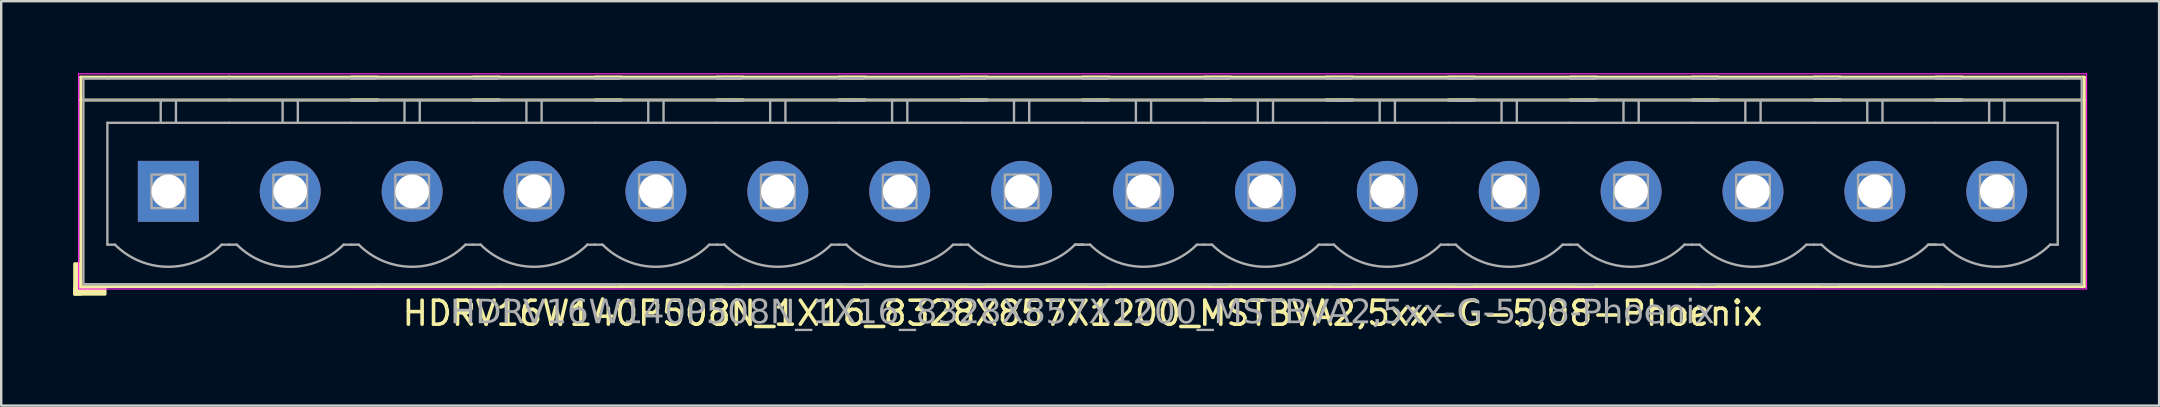
<source format=kicad_pcb>
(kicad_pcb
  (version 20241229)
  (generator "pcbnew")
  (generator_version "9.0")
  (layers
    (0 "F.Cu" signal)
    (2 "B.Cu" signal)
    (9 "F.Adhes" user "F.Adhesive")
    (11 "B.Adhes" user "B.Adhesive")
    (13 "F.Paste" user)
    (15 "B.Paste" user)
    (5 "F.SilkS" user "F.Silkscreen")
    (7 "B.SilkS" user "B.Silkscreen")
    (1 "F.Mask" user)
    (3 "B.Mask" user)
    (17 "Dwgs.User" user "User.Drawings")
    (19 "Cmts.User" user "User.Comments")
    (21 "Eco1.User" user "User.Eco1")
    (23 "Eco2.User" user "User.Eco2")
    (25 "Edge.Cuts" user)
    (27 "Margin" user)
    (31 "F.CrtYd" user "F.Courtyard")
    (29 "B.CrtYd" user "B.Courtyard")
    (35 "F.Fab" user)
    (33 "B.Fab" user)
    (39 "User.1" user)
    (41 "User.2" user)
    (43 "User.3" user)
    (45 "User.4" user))
  (footprint "HDRV16W140P508N_1X16_8328X857X1200_MSTBVA2,5xx-G-5,08-Phoenix"
    (layer "F.Cu")
    (at 42.065 4.925)
    (property "Reference" "HDRV16W140P508N_1X16_8328X857X1200_MSTBVA2,5xx-G-5,08-Phoenix" (at 0 5.08 0) (layer "F.SilkS") (effects (font (size 1 1) (thickness 0.15))))
    (attr through_hole)
    (fp_line (start -41.751 -4.763) (end -41.751 3.969) (stroke (width 0.12) (type solid)) (layer "F.SilkS"))
    (fp_line (start -41.751 -4.763) (end -35.56 -4.763) (stroke (width 0.12) (type solid)) (layer "F.SilkS"))
    (fp_line (start -41.751 -3.81) (end -35.56 -3.81) (stroke (width 0.12) (type solid)) (layer "F.SilkS"))
    (fp_line (start -41.751 3.969) (end -35.56 3.969) (stroke (width 0.12) (type solid)) (layer "F.SilkS"))
    (fp_line (start -29.369 -4.763) (end -35.56 -4.763) (stroke (width 0.12) (type solid)) (layer "F.SilkS"))
    (fp_line (start -29.369 -3.81) (end -35.56 -3.81) (stroke (width 0.12) (type solid)) (layer "F.SilkS"))
    (fp_line (start -29.369 3.969) (end -35.56 3.969) (stroke (width 0.12) (type solid)) (layer "F.SilkS"))
    (fp_line (start -24.289 -4.763) (end -30.48 -4.763) (stroke (width 0.12) (type solid)) (layer "F.SilkS"))
    (fp_line (start -24.289 -3.81) (end -30.48 -3.81) (stroke (width 0.12) (type solid)) (layer "F.SilkS"))
    (fp_line (start -24.289 3.969) (end -30.48 3.969) (stroke (width 0.12) (type solid)) (layer "F.SilkS"))
    (fp_line (start -19.209 -4.763) (end -25.4 -4.763) (stroke (width 0.12) (type solid)) (layer "F.SilkS"))
    (fp_line (start -19.209 -3.81) (end -25.4 -3.81) (stroke (width 0.12) (type solid)) (layer "F.SilkS"))
    (fp_line (start -19.209 3.969) (end -25.4 3.969) (stroke (width 0.12) (type solid)) (layer "F.SilkS"))
    (fp_line (start -14.129 -4.763) (end -20.32 -4.763) (stroke (width 0.12) (type solid)) (layer "F.SilkS"))
    (fp_line (start -14.129 -3.81) (end -20.32 -3.81) (stroke (width 0.12) (type solid)) (layer "F.SilkS"))
    (fp_line (start -14.129 3.969) (end -20.32 3.969) (stroke (width 0.12) (type solid)) (layer "F.SilkS"))
    (fp_line (start -9.049 -4.763) (end -15.24 -4.763) (stroke (width 0.12) (type solid)) (layer "F.SilkS"))
    (fp_line (start -9.049 -3.81) (end -15.24 -3.81) (stroke (width 0.12) (type solid)) (layer "F.SilkS"))
    (fp_line (start -9.049 3.969) (end -15.24 3.969) (stroke (width 0.12) (type solid)) (layer "F.SilkS"))
    (fp_line (start -3.969 -4.763) (end -10.16 -4.763) (stroke (width 0.12) (type solid)) (layer "F.SilkS"))
    (fp_line (start -3.969 -3.81) (end -10.16 -3.81) (stroke (width 0.12) (type solid)) (layer "F.SilkS"))
    (fp_line (start -3.969 3.969) (end -10.16 3.969) (stroke (width 0.12) (type solid)) (layer "F.SilkS"))
    (fp_line (start 1.111 -4.763) (end -5.08 -4.763) (stroke (width 0.12) (type solid)) (layer "F.SilkS"))
    (fp_line (start 1.111 -3.81) (end -5.08 -3.81) (stroke (width 0.12) (type solid)) (layer "F.SilkS"))
    (fp_line (start 1.111 3.969) (end -5.08 3.969) (stroke (width 0.12) (type solid)) (layer "F.SilkS"))
    (fp_line (start 6.191 -4.763) (end 0 -4.763) (stroke (width 0.12) (type solid)) (layer "F.SilkS"))
    (fp_line (start 6.191 -3.81) (end 0 -3.81) (stroke (width 0.12) (type solid)) (layer "F.SilkS"))
    (fp_line (start 6.191 3.969) (end 0 3.969) (stroke (width 0.12) (type solid)) (layer "F.SilkS"))
    (fp_line (start 11.271 -4.763) (end 5.08 -4.763) (stroke (width 0.12) (type solid)) (layer "F.SilkS"))
    (fp_line (start 11.271 -3.81) (end 5.08 -3.81) (stroke (width 0.12) (type solid)) (layer "F.SilkS"))
    (fp_line (start 11.271 3.969) (end 5.08 3.969) (stroke (width 0.12) (type solid)) (layer "F.SilkS"))
    (fp_line (start 16.351 -4.763) (end 10.16 -4.763) (stroke (width 0.12) (type solid)) (layer "F.SilkS"))
    (fp_line (start 16.351 -3.81) (end 10.16 -3.81) (stroke (width 0.12) (type solid)) (layer "F.SilkS"))
    (fp_line (start 16.351 3.969) (end 10.16 3.969) (stroke (width 0.12) (type solid)) (layer "F.SilkS"))
    (fp_line (start 21.431 -4.763) (end 15.24 -4.763) (stroke (width 0.12) (type solid)) (layer "F.SilkS"))
    (fp_line (start 21.431 -3.81) (end 15.24 -3.81) (stroke (width 0.12) (type solid)) (layer "F.SilkS"))
    (fp_line (start 21.431 3.969) (end 15.24 3.969) (stroke (width 0.12) (type solid)) (layer "F.SilkS"))
    (fp_line (start 26.511 -4.763) (end 20.32 -4.763) (stroke (width 0.12) (type solid)) (layer "F.SilkS"))
    (fp_line (start 26.511 -3.81) (end 20.32 -3.81) (stroke (width 0.12) (type solid)) (layer "F.SilkS"))
    (fp_line (start 26.511 3.969) (end 20.32 3.969) (stroke (width 0.12) (type solid)) (layer "F.SilkS"))
    (fp_line (start 31.591 -4.763) (end 25.4 -4.763) (stroke (width 0.12) (type solid)) (layer "F.SilkS"))
    (fp_line (start 31.591 -3.81) (end 25.4 -3.81) (stroke (width 0.12) (type solid)) (layer "F.SilkS"))
    (fp_line (start 31.591 3.969) (end 25.4 3.969) (stroke (width 0.12) (type solid)) (layer "F.SilkS"))
    (fp_line (start 36.671 -4.763) (end 30.48 -4.763) (stroke (width 0.12) (type solid)) (layer "F.SilkS"))
    (fp_line (start 36.671 -3.81) (end 30.48 -3.81) (stroke (width 0.12) (type solid)) (layer "F.SilkS"))
    (fp_line (start 36.671 3.969) (end 30.48 3.969) (stroke (width 0.12) (type solid)) (layer "F.SilkS"))
    (fp_line (start 41.751 -4.763) (end 35.56 -4.763) (stroke (width 0.12) (type solid)) (layer "F.SilkS"))
    (fp_line (start 41.751 -4.763) (end 41.751 3.969) (stroke (width 0.12) (type solid)) (layer "F.SilkS"))
    (fp_line (start 41.751 -3.81) (end 35.56 -3.81) (stroke (width 0.12) (type solid)) (layer "F.SilkS"))
    (fp_line (start 41.751 3.969) (end 35.56 3.969) (stroke (width 0.12) (type solid)) (layer "F.SilkS"))
    (fp_rect (start -41.751 3.016) (end -42.005 4.286) (stroke (width 0.12) (type solid)) (fill yes) (layer "F.SilkS"))
    (fp_rect (start -40.735 4.286) (end -42.005 4.032) (stroke (width 0.12) (type solid)) (fill yes) (layer "F.SilkS"))
    (fp_rect (start -41.84 -4.9) (end 41.84 4.07) (stroke (width 0.05) (type default)) (fill no) (layer "F.CrtYd"))
    (fp_line (start -41.64 -4.7) (end -41.64 3.87) (stroke (width 0.1) (type solid)) (layer "F.Fab"))
    (fp_line (start -41.64 -3.8) (end -40.64 -3.8) (stroke (width 0.1) (type solid)) (layer "F.Fab"))
    (fp_line (start -40.64 -4.7) (end -41.64 -4.7) (stroke (width 0.1) (type solid)) (layer "F.Fab"))
    (fp_line (start -40.64 -4.7) (end -35.56 -4.7) (stroke (width 0.1) (type solid)) (layer "F.Fab"))
    (fp_line (start -40.64 -2.858) (end -35.56 -2.858) (stroke (width 0.1) (type default)) (layer "F.Fab"))
    (fp_line (start -40.64 2.222) (end -40.64 -2.858) (stroke (width 0.1) (type default)) (layer "F.Fab"))
    (fp_line (start -40.64 3.87) (end -41.64 3.87) (stroke (width 0.1) (type solid)) (layer "F.Fab"))
    (fp_line (start -40.64 3.87) (end -35.56 3.87) (stroke (width 0.1) (type solid)) (layer "F.Fab"))
    (fp_line (start -40.322 2.222) (end -40.64 2.222) (stroke (width 0.1) (type default)) (layer "F.Fab"))
    (fp_line (start -38.417 -3.8) (end -38.417 -2.858) (stroke (width 0.1) (type default)) (layer "F.Fab"))
    (fp_line (start -37.782 -3.8) (end -37.782 -2.858) (stroke (width 0.1) (type default)) (layer "F.Fab"))
    (fp_line (start -35.56 -4.7) (end -30.163 -4.7) (stroke (width 0.1) (type solid)) (layer "F.Fab"))
    (fp_line (start -35.56 -3.8) (end -40.64 -3.8) (stroke (width 0.1) (type solid)) (layer "F.Fab"))
    (fp_line (start -35.56 -2.858) (end -30.48 -2.858) (stroke (width 0.1) (type default)) (layer "F.Fab"))
    (fp_line (start -35.56 2.222) (end -35.877 2.222) (stroke (width 0.1) (type default)) (layer "F.Fab"))
    (fp_line (start -35.56 3.87) (end -30.163 3.87) (stroke (width 0.1) (type solid)) (layer "F.Fab"))
    (fp_line (start -35.242 2.222) (end -35.56 2.222) (stroke (width 0.1) (type default)) (layer "F.Fab"))
    (fp_line (start -33.337 -3.8) (end -33.337 -2.858) (stroke (width 0.1) (type default)) (layer "F.Fab"))
    (fp_line (start -32.703 -3.8) (end -32.703 -2.858) (stroke (width 0.1) (type default)) (layer "F.Fab"))
    (fp_line (start -30.48 -4.7) (end -25.082 -4.7) (stroke (width 0.1) (type solid)) (layer "F.Fab"))
    (fp_line (start -30.48 -2.858) (end -25.4 -2.858) (stroke (width 0.1) (type default)) (layer "F.Fab"))
    (fp_line (start -30.48 2.222) (end -30.797 2.222) (stroke (width 0.1) (type default)) (layer "F.Fab"))
    (fp_line (start -30.48 3.87) (end -25.082 3.87) (stroke (width 0.1) (type solid)) (layer "F.Fab"))
    (fp_line (start -30.163 -4.7) (end -29.48 -4.7) (stroke (width 0.1) (type solid)) (layer "F.Fab"))
    (fp_line (start -30.163 -3.8) (end -35.56 -3.8) (stroke (width 0.1) (type solid)) (layer "F.Fab"))
    (fp_line (start -30.163 2.222) (end -30.48 2.222) (stroke (width 0.1) (type default)) (layer "F.Fab"))
    (fp_line (start -30.163 3.87) (end -29.48 3.87) (stroke (width 0.1) (type solid)) (layer "F.Fab"))
    (fp_line (start -29.48 -3.8) (end -30.163 -3.8) (stroke (width 0.1) (type solid)) (layer "F.Fab"))
    (fp_line (start -28.258 -3.8) (end -28.258 -2.858) (stroke (width 0.1) (type default)) (layer "F.Fab"))
    (fp_line (start -27.622 -3.8) (end -27.622 -2.858) (stroke (width 0.1) (type default)) (layer "F.Fab"))
    (fp_line (start -25.4 -4.7) (end -20.003 -4.7) (stroke (width 0.1) (type solid)) (layer "F.Fab"))
    (fp_line (start -25.4 -2.858) (end -20.32 -2.858) (stroke (width 0.1) (type default)) (layer "F.Fab"))
    (fp_line (start -25.4 2.222) (end -25.718 2.222) (stroke (width 0.1) (type default)) (layer "F.Fab"))
    (fp_line (start -25.4 3.87) (end -20.003 3.87) (stroke (width 0.1) (type solid)) (layer "F.Fab"))
    (fp_line (start -25.082 -4.7) (end -24.4 -4.7) (stroke (width 0.1) (type solid)) (layer "F.Fab"))
    (fp_line (start -25.082 -4.7) (end -24.4 -4.7) (stroke (width 0.1) (type solid)) (layer "F.Fab"))
    (fp_line (start -25.082 -3.8) (end -30.48 -3.8) (stroke (width 0.1) (type solid)) (layer "F.Fab"))
    (fp_line (start -25.082 2.222) (end -25.4 2.222) (stroke (width 0.1) (type default)) (layer "F.Fab"))
    (fp_line (start -25.082 3.87) (end -24.4 3.87) (stroke (width 0.1) (type solid)) (layer "F.Fab"))
    (fp_line (start -25.082 3.87) (end -24.4 3.87) (stroke (width 0.1) (type solid)) (layer "F.Fab"))
    (fp_line (start -24.4 -3.8) (end -25.082 -3.8) (stroke (width 0.1) (type solid)) (layer "F.Fab"))
    (fp_line (start -24.4 -3.8) (end -25.082 -3.8) (stroke (width 0.1) (type solid)) (layer "F.Fab"))
    (fp_line (start -23.177 -3.8) (end -23.177 -2.858) (stroke (width 0.1) (type default)) (layer "F.Fab"))
    (fp_line (start -22.543 -3.8) (end -22.543 -2.858) (stroke (width 0.1) (type default)) (layer "F.Fab"))
    (fp_line (start -20.32 -4.7) (end -14.922 -4.7) (stroke (width 0.1) (type solid)) (layer "F.Fab"))
    (fp_line (start -20.32 -2.858) (end -15.24 -2.858) (stroke (width 0.1) (type default)) (layer "F.Fab"))
    (fp_line (start -20.32 2.222) (end -20.637 2.222) (stroke (width 0.1) (type default)) (layer "F.Fab"))
    (fp_line (start -20.32 3.87) (end -14.922 3.87) (stroke (width 0.1) (type solid)) (layer "F.Fab"))
    (fp_line (start -20.003 -4.7) (end -19.32 -4.7) (stroke (width 0.1) (type solid)) (layer "F.Fab"))
    (fp_line (start -20.003 -4.7) (end -19.32 -4.7) (stroke (width 0.1) (type solid)) (layer "F.Fab"))
    (fp_line (start -20.003 -4.7) (end -19.32 -4.7) (stroke (width 0.1) (type solid)) (layer "F.Fab"))
    (fp_line (start -20.003 -3.8) (end -25.4 -3.8) (stroke (width 0.1) (type solid)) (layer "F.Fab"))
    (fp_line (start -20.003 2.222) (end -20.32 2.222) (stroke (width 0.1) (type default)) (layer "F.Fab"))
    (fp_line (start -20.003 3.87) (end -19.32 3.87) (stroke (width 0.1) (type solid)) (layer "F.Fab"))
    (fp_line (start -20.003 3.87) (end -19.32 3.87) (stroke (width 0.1) (type solid)) (layer "F.Fab"))
    (fp_line (start -20.003 3.87) (end -19.32 3.87) (stroke (width 0.1) (type solid)) (layer "F.Fab"))
    (fp_line (start -19.32 -3.8) (end -20.003 -3.8) (stroke (width 0.1) (type solid)) (layer "F.Fab"))
    (fp_line (start -19.32 -3.8) (end -20.003 -3.8) (stroke (width 0.1) (type solid)) (layer "F.Fab"))
    (fp_line (start -19.32 -3.8) (end -20.003 -3.8) (stroke (width 0.1) (type solid)) (layer "F.Fab"))
    (fp_line (start -18.098 -3.8) (end -18.098 -2.858) (stroke (width 0.1) (type default)) (layer "F.Fab"))
    (fp_line (start -17.462 -3.8) (end -17.462 -2.858) (stroke (width 0.1) (type default)) (layer "F.Fab"))
    (fp_line (start -15.24 -4.7) (end -9.842 -4.7) (stroke (width 0.1) (type solid)) (layer "F.Fab"))
    (fp_line (start -15.24 -2.858) (end -10.16 -2.858) (stroke (width 0.1) (type default)) (layer "F.Fab"))
    (fp_line (start -15.24 2.222) (end -15.557 2.222) (stroke (width 0.1) (type default)) (layer "F.Fab"))
    (fp_line (start -15.24 3.87) (end -9.842 3.87) (stroke (width 0.1) (type solid)) (layer "F.Fab"))
    (fp_line (start -14.922 -4.7) (end -14.24 -4.7) (stroke (width 0.1) (type solid)) (layer "F.Fab"))
    (fp_line (start -14.922 -4.7) (end -14.24 -4.7) (stroke (width 0.1) (type solid)) (layer "F.Fab"))
    (fp_line (start -14.922 -4.7) (end -14.24 -4.7) (stroke (width 0.1) (type solid)) (layer "F.Fab"))
    (fp_line (start -14.922 -4.7) (end -14.24 -4.7) (stroke (width 0.1) (type solid)) (layer "F.Fab"))
    (fp_line (start -14.922 -3.8) (end -20.32 -3.8) (stroke (width 0.1) (type solid)) (layer "F.Fab"))
    (fp_line (start -14.922 2.222) (end -15.24 2.222) (stroke (width 0.1) (type default)) (layer "F.Fab"))
    (fp_line (start -14.922 3.87) (end -14.24 3.87) (stroke (width 0.1) (type solid)) (layer "F.Fab"))
    (fp_line (start -14.922 3.87) (end -14.24 3.87) (stroke (width 0.1) (type solid)) (layer "F.Fab"))
    (fp_line (start -14.922 3.87) (end -14.24 3.87) (stroke (width 0.1) (type solid)) (layer "F.Fab"))
    (fp_line (start -14.922 3.87) (end -14.24 3.87) (stroke (width 0.1) (type solid)) (layer "F.Fab"))
    (fp_line (start -14.24 -3.8) (end -14.922 -3.8) (stroke (width 0.1) (type solid)) (layer "F.Fab"))
    (fp_line (start -14.24 -3.8) (end -14.922 -3.8) (stroke (width 0.1) (type solid)) (layer "F.Fab"))
    (fp_line (start -14.24 -3.8) (end -14.922 -3.8) (stroke (width 0.1) (type solid)) (layer "F.Fab"))
    (fp_line (start -14.24 -3.8) (end -14.922 -3.8) (stroke (width 0.1) (type solid)) (layer "F.Fab"))
    (fp_line (start -13.018 -3.8) (end -13.018 -2.858) (stroke (width 0.1) (type default)) (layer "F.Fab"))
    (fp_line (start -12.383 -3.8) (end -12.383 -2.858) (stroke (width 0.1) (type default)) (layer "F.Fab"))
    (fp_line (start -10.16 -4.7) (end -4.763 -4.7) (stroke (width 0.1) (type solid)) (layer "F.Fab"))
    (fp_line (start -10.16 -2.858) (end -5.08 -2.858) (stroke (width 0.1) (type default)) (layer "F.Fab"))
    (fp_line (start -10.16 2.222) (end -10.477 2.222) (stroke (width 0.1) (type default)) (layer "F.Fab"))
    (fp_line (start -10.16 3.87) (end -4.763 3.87) (stroke (width 0.1) (type solid)) (layer "F.Fab"))
    (fp_line (start -9.842 -4.7) (end -9.16 -4.7) (stroke (width 0.1) (type solid)) (layer "F.Fab"))
    (fp_line (start -9.842 -4.7) (end -9.16 -4.7) (stroke (width 0.1) (type solid)) (layer "F.Fab"))
    (fp_line (start -9.842 -4.7) (end -9.16 -4.7) (stroke (width 0.1) (type solid)) (layer "F.Fab"))
    (fp_line (start -9.842 -4.7) (end -9.16 -4.7) (stroke (width 0.1) (type solid)) (layer "F.Fab"))
    (fp_line (start -9.842 -4.7) (end -9.16 -4.7) (stroke (width 0.1) (type solid)) (layer "F.Fab"))
    (fp_line (start -9.842 -3.8) (end -15.24 -3.8) (stroke (width 0.1) (type solid)) (layer "F.Fab"))
    (fp_line (start -9.842 2.222) (end -10.16 2.222) (stroke (width 0.1) (type default)) (layer "F.Fab"))
    (fp_line (start -9.842 3.87) (end -9.16 3.87) (stroke (width 0.1) (type solid)) (layer "F.Fab"))
    (fp_line (start -9.842 3.87) (end -9.16 3.87) (stroke (width 0.1) (type solid)) (layer "F.Fab"))
    (fp_line (start -9.842 3.87) (end -9.16 3.87) (stroke (width 0.1) (type solid)) (layer "F.Fab"))
    (fp_line (start -9.842 3.87) (end -9.16 3.87) (stroke (width 0.1) (type solid)) (layer "F.Fab"))
    (fp_line (start -9.842 3.87) (end -9.16 3.87) (stroke (width 0.1) (type solid)) (layer "F.Fab"))
    (fp_line (start -9.16 -3.8) (end -9.842 -3.8) (stroke (width 0.1) (type solid)) (layer "F.Fab"))
    (fp_line (start -9.16 -3.8) (end -9.842 -3.8) (stroke (width 0.1) (type solid)) (layer "F.Fab"))
    (fp_line (start -9.16 -3.8) (end -9.842 -3.8) (stroke (width 0.1) (type solid)) (layer "F.Fab"))
    (fp_line (start -9.16 -3.8) (end -9.842 -3.8) (stroke (width 0.1) (type solid)) (layer "F.Fab"))
    (fp_line (start -9.16 -3.8) (end -9.842 -3.8) (stroke (width 0.1) (type solid)) (layer "F.Fab"))
    (fp_line (start -7.938 -3.8) (end -7.938 -2.858) (stroke (width 0.1) (type default)) (layer "F.Fab"))
    (fp_line (start -7.303 -3.8) (end -7.303 -2.858) (stroke (width 0.1) (type default)) (layer "F.Fab"))
    (fp_line (start -5.08 -4.7) (end 0.318 -4.7) (stroke (width 0.1) (type solid)) (layer "F.Fab"))
    (fp_line (start -5.08 -2.858) (end 0 -2.858) (stroke (width 0.1) (type default)) (layer "F.Fab"))
    (fp_line (start -5.08 2.222) (end -5.397 2.222) (stroke (width 0.1) (type default)) (layer "F.Fab"))
    (fp_line (start -5.08 3.87) (end 0.318 3.87) (stroke (width 0.1) (type solid)) (layer "F.Fab"))
    (fp_line (start -4.763 -4.7) (end -4.08 -4.7) (stroke (width 0.1) (type solid)) (layer "F.Fab"))
    (fp_line (start -4.763 -4.7) (end -4.08 -4.7) (stroke (width 0.1) (type solid)) (layer "F.Fab"))
    (fp_line (start -4.763 -4.7) (end -4.08 -4.7) (stroke (width 0.1) (type solid)) (layer "F.Fab"))
    (fp_line (start -4.763 -4.7) (end -4.08 -4.7) (stroke (width 0.1) (type solid)) (layer "F.Fab"))
    (fp_line (start -4.763 -4.7) (end -4.08 -4.7) (stroke (width 0.1) (type solid)) (layer "F.Fab"))
    (fp_line (start -4.763 -4.7) (end -4.08 -4.7) (stroke (width 0.1) (type solid)) (layer "F.Fab"))
    (fp_line (start -4.763 -3.8) (end -10.16 -3.8) (stroke (width 0.1) (type solid)) (layer "F.Fab"))
    (fp_line (start -4.763 2.222) (end -5.08 2.222) (stroke (width 0.1) (type default)) (layer "F.Fab"))
    (fp_line (start -4.763 3.87) (end -4.08 3.87) (stroke (width 0.1) (type solid)) (layer "F.Fab"))
    (fp_line (start -4.763 3.87) (end -4.08 3.87) (stroke (width 0.1) (type solid)) (layer "F.Fab"))
    (fp_line (start -4.763 3.87) (end -4.08 3.87) (stroke (width 0.1) (type solid)) (layer "F.Fab"))
    (fp_line (start -4.763 3.87) (end -4.08 3.87) (stroke (width 0.1) (type solid)) (layer "F.Fab"))
    (fp_line (start -4.763 3.87) (end -4.08 3.87) (stroke (width 0.1) (type solid)) (layer "F.Fab"))
    (fp_line (start -4.763 3.87) (end -4.08 3.87) (stroke (width 0.1) (type solid)) (layer "F.Fab"))
    (fp_line (start -4.08 -3.8) (end -4.763 -3.8) (stroke (width 0.1) (type solid)) (layer "F.Fab"))
    (fp_line (start -4.08 -3.8) (end -4.763 -3.8) (stroke (width 0.1) (type solid)) (layer "F.Fab"))
    (fp_line (start -4.08 -3.8) (end -4.763 -3.8) (stroke (width 0.1) (type solid)) (layer "F.Fab"))
    (fp_line (start -4.08 -3.8) (end -4.763 -3.8) (stroke (width 0.1) (type solid)) (layer "F.Fab"))
    (fp_line (start -4.08 -3.8) (end -4.763 -3.8) (stroke (width 0.1) (type solid)) (layer "F.Fab"))
    (fp_line (start -4.08 -3.8) (end -4.763 -3.8) (stroke (width 0.1) (type solid)) (layer "F.Fab"))
    (fp_line (start -2.857 -3.8) (end -2.857 -2.858) (stroke (width 0.1) (type default)) (layer "F.Fab"))
    (fp_line (start -2.223 -3.8) (end -2.223 -2.858) (stroke (width 0.1) (type default)) (layer "F.Fab"))
    (fp_line (start 0 -4.7) (end 5.397 -4.7) (stroke (width 0.1) (type solid)) (layer "F.Fab"))
    (fp_line (start 0 -2.858) (end 5.08 -2.858) (stroke (width 0.1) (type default)) (layer "F.Fab"))
    (fp_line (start 0 2.222) (end -0.318 2.222) (stroke (width 0.1) (type default)) (layer "F.Fab"))
    (fp_line (start 0 2.222) (end -0.318 2.222) (stroke (width 0.1) (type default)) (layer "F.Fab"))
    (fp_line (start 0 3.87) (end 5.397 3.87) (stroke (width 0.1) (type solid)) (layer "F.Fab"))
    (fp_line (start 0.318 -4.7) (end 1 -4.7) (stroke (width 0.1) (type solid)) (layer "F.Fab"))
    (fp_line (start 0.318 -4.7) (end 1 -4.7) (stroke (width 0.1) (type solid)) (layer "F.Fab"))
    (fp_line (start 0.318 -4.7) (end 1 -4.7) (stroke (width 0.1) (type solid)) (layer "F.Fab"))
    (fp_line (start 0.318 -4.7) (end 1 -4.7) (stroke (width 0.1) (type solid)) (layer "F.Fab"))
    (fp_line (start 0.318 -4.7) (end 1 -4.7) (stroke (width 0.1) (type solid)) (layer "F.Fab"))
    (fp_line (start 0.318 -4.7) (end 1 -4.7) (stroke (width 0.1) (type solid)) (layer "F.Fab"))
    (fp_line (start 0.318 -4.7) (end 1 -4.7) (stroke (width 0.1) (type solid)) (layer "F.Fab"))
    (fp_line (start 0.318 -3.8) (end -5.08 -3.8) (stroke (width 0.1) (type solid)) (layer "F.Fab"))
    (fp_line (start 0.318 2.222) (end 0 2.222) (stroke (width 0.1) (type default)) (layer "F.Fab"))
    (fp_line (start 0.318 3.87) (end 1 3.87) (stroke (width 0.1) (type solid)) (layer "F.Fab"))
    (fp_line (start 0.318 3.87) (end 1 3.87) (stroke (width 0.1) (type solid)) (layer "F.Fab"))
    (fp_line (start 0.318 3.87) (end 1 3.87) (stroke (width 0.1) (type solid)) (layer "F.Fab"))
    (fp_line (start 0.318 3.87) (end 1 3.87) (stroke (width 0.1) (type solid)) (layer "F.Fab"))
    (fp_line (start 0.318 3.87) (end 1 3.87) (stroke (width 0.1) (type solid)) (layer "F.Fab"))
    (fp_line (start 0.318 3.87) (end 1 3.87) (stroke (width 0.1) (type solid)) (layer "F.Fab"))
    (fp_line (start 0.318 3.87) (end 1 3.87) (stroke (width 0.1) (type solid)) (layer "F.Fab"))
    (fp_line (start 1 -3.8) (end 0.318 -3.8) (stroke (width 0.1) (type solid)) (layer "F.Fab"))
    (fp_line (start 1 -3.8) (end 0.318 -3.8) (stroke (width 0.1) (type solid)) (layer "F.Fab"))
    (fp_line (start 1 -3.8) (end 0.318 -3.8) (stroke (width 0.1) (type solid)) (layer "F.Fab"))
    (fp_line (start 1 -3.8) (end 0.318 -3.8) (stroke (width 0.1) (type solid)) (layer "F.Fab"))
    (fp_line (start 1 -3.8) (end 0.318 -3.8) (stroke (width 0.1) (type solid)) (layer "F.Fab"))
    (fp_line (start 1 -3.8) (end 0.318 -3.8) (stroke (width 0.1) (type solid)) (layer "F.Fab"))
    (fp_line (start 1 -3.8) (end 0.318 -3.8) (stroke (width 0.1) (type solid)) (layer "F.Fab"))
    (fp_line (start 2.223 -3.8) (end 2.223 -2.858) (stroke (width 0.1) (type default)) (layer "F.Fab"))
    (fp_line (start 2.857 -3.8) (end 2.857 -2.858) (stroke (width 0.1) (type default)) (layer "F.Fab"))
    (fp_line (start 5.08 -4.7) (end 10.477 -4.7) (stroke (width 0.1) (type solid)) (layer "F.Fab"))
    (fp_line (start 5.08 -2.858) (end 10.16 -2.858) (stroke (width 0.1) (type default)) (layer "F.Fab"))
    (fp_line (start 5.08 2.222) (end 4.763 2.222) (stroke (width 0.1) (type default)) (layer "F.Fab"))
    (fp_line (start 5.08 3.87) (end 10.477 3.87) (stroke (width 0.1) (type solid)) (layer "F.Fab"))
    (fp_line (start 5.397 -4.7) (end 6.08 -4.7) (stroke (width 0.1) (type solid)) (layer "F.Fab"))
    (fp_line (start 5.397 -4.7) (end 6.08 -4.7) (stroke (width 0.1) (type solid)) (layer "F.Fab"))
    (fp_line (start 5.397 -4.7) (end 6.08 -4.7) (stroke (width 0.1) (type solid)) (layer "F.Fab"))
    (fp_line (start 5.397 -4.7) (end 6.08 -4.7) (stroke (width 0.1) (type solid)) (layer "F.Fab"))
    (fp_line (start 5.397 -4.7) (end 6.08 -4.7) (stroke (width 0.1) (type solid)) (layer "F.Fab"))
    (fp_line (start 5.397 -4.7) (end 6.08 -4.7) (stroke (width 0.1) (type solid)) (layer "F.Fab"))
    (fp_line (start 5.397 -4.7) (end 6.08 -4.7) (stroke (width 0.1) (type solid)) (layer "F.Fab"))
    (fp_line (start 5.397 -4.7) (end 6.08 -4.7) (stroke (width 0.1) (type solid)) (layer "F.Fab"))
    (fp_line (start 5.397 -3.8) (end 0 -3.8) (stroke (width 0.1) (type solid)) (layer "F.Fab"))
    (fp_line (start 5.397 2.222) (end 5.08 2.222) (stroke (width 0.1) (type default)) (layer "F.Fab"))
    (fp_line (start 5.397 3.87) (end 6.08 3.87) (stroke (width 0.1) (type solid)) (layer "F.Fab"))
    (fp_line (start 5.397 3.87) (end 6.08 3.87) (stroke (width 0.1) (type solid)) (layer "F.Fab"))
    (fp_line (start 5.397 3.87) (end 6.08 3.87) (stroke (width 0.1) (type solid)) (layer "F.Fab"))
    (fp_line (start 5.397 3.87) (end 6.08 3.87) (stroke (width 0.1) (type solid)) (layer "F.Fab"))
    (fp_line (start 5.397 3.87) (end 6.08 3.87) (stroke (width 0.1) (type solid)) (layer "F.Fab"))
    (fp_line (start 5.397 3.87) (end 6.08 3.87) (stroke (width 0.1) (type solid)) (layer "F.Fab"))
    (fp_line (start 5.397 3.87) (end 6.08 3.87) (stroke (width 0.1) (type solid)) (layer "F.Fab"))
    (fp_line (start 5.397 3.87) (end 6.08 3.87) (stroke (width 0.1) (type solid)) (layer "F.Fab"))
    (fp_line (start 6.08 -3.8) (end 5.397 -3.8) (stroke (width 0.1) (type solid)) (layer "F.Fab"))
    (fp_line (start 6.08 -3.8) (end 5.397 -3.8) (stroke (width 0.1) (type solid)) (layer "F.Fab"))
    (fp_line (start 6.08 -3.8) (end 5.397 -3.8) (stroke (width 0.1) (type solid)) (layer "F.Fab"))
    (fp_line (start 6.08 -3.8) (end 5.397 -3.8) (stroke (width 0.1) (type solid)) (layer "F.Fab"))
    (fp_line (start 6.08 -3.8) (end 5.397 -3.8) (stroke (width 0.1) (type solid)) (layer "F.Fab"))
    (fp_line (start 6.08 -3.8) (end 5.397 -3.8) (stroke (width 0.1) (type solid)) (layer "F.Fab"))
    (fp_line (start 6.08 -3.8) (end 5.397 -3.8) (stroke (width 0.1) (type solid)) (layer "F.Fab"))
    (fp_line (start 6.08 -3.8) (end 5.397 -3.8) (stroke (width 0.1) (type solid)) (layer "F.Fab"))
    (fp_line (start 7.303 -3.8) (end 7.303 -2.858) (stroke (width 0.1) (type default)) (layer "F.Fab"))
    (fp_line (start 7.938 -3.8) (end 7.938 -2.858) (stroke (width 0.1) (type default)) (layer "F.Fab"))
    (fp_line (start 10.16 -4.7) (end 15.557 -4.7) (stroke (width 0.1) (type solid)) (layer "F.Fab"))
    (fp_line (start 10.16 -2.858) (end 15.24 -2.858) (stroke (width 0.1) (type default)) (layer "F.Fab"))
    (fp_line (start 10.16 2.222) (end 9.842 2.222) (stroke (width 0.1) (type default)) (layer "F.Fab"))
    (fp_line (start 10.16 3.87) (end 15.557 3.87) (stroke (width 0.1) (type solid)) (layer "F.Fab"))
    (fp_line (start 10.477 -4.7) (end 11.16 -4.7) (stroke (width 0.1) (type solid)) (layer "F.Fab"))
    (fp_line (start 10.477 -4.7) (end 11.16 -4.7) (stroke (width 0.1) (type solid)) (layer "F.Fab"))
    (fp_line (start 10.477 -4.7) (end 11.16 -4.7) (stroke (width 0.1) (type solid)) (layer "F.Fab"))
    (fp_line (start 10.477 -4.7) (end 11.16 -4.7) (stroke (width 0.1) (type solid)) (layer "F.Fab"))
    (fp_line (start 10.477 -4.7) (end 11.16 -4.7) (stroke (width 0.1) (type solid)) (layer "F.Fab"))
    (fp_line (start 10.477 -4.7) (end 11.16 -4.7) (stroke (width 0.1) (type solid)) (layer "F.Fab"))
    (fp_line (start 10.477 -4.7) (end 11.16 -4.7) (stroke (width 0.1) (type solid)) (layer "F.Fab"))
    (fp_line (start 10.477 -4.7) (end 11.16 -4.7) (stroke (width 0.1) (type solid)) (layer "F.Fab"))
    (fp_line (start 10.477 -4.7) (end 11.16 -4.7) (stroke (width 0.1) (type solid)) (layer "F.Fab"))
    (fp_line (start 10.477 -3.8) (end 5.08 -3.8) (stroke (width 0.1) (type solid)) (layer "F.Fab"))
    (fp_line (start 10.477 2.222) (end 10.16 2.222) (stroke (width 0.1) (type default)) (layer "F.Fab"))
    (fp_line (start 10.477 3.87) (end 11.16 3.87) (stroke (width 0.1) (type solid)) (layer "F.Fab"))
    (fp_line (start 10.477 3.87) (end 11.16 3.87) (stroke (width 0.1) (type solid)) (layer "F.Fab"))
    (fp_line (start 10.477 3.87) (end 11.16 3.87) (stroke (width 0.1) (type solid)) (layer "F.Fab"))
    (fp_line (start 10.477 3.87) (end 11.16 3.87) (stroke (width 0.1) (type solid)) (layer "F.Fab"))
    (fp_line (start 10.477 3.87) (end 11.16 3.87) (stroke (width 0.1) (type solid)) (layer "F.Fab"))
    (fp_line (start 10.477 3.87) (end 11.16 3.87) (stroke (width 0.1) (type solid)) (layer "F.Fab"))
    (fp_line (start 10.477 3.87) (end 11.16 3.87) (stroke (width 0.1) (type solid)) (layer "F.Fab"))
    (fp_line (start 10.477 3.87) (end 11.16 3.87) (stroke (width 0.1) (type solid)) (layer "F.Fab"))
    (fp_line (start 10.477 3.87) (end 11.16 3.87) (stroke (width 0.1) (type solid)) (layer "F.Fab"))
    (fp_line (start 11.16 -3.8) (end 10.477 -3.8) (stroke (width 0.1) (type solid)) (layer "F.Fab"))
    (fp_line (start 11.16 -3.8) (end 10.477 -3.8) (stroke (width 0.1) (type solid)) (layer "F.Fab"))
    (fp_line (start 11.16 -3.8) (end 10.477 -3.8) (stroke (width 0.1) (type solid)) (layer "F.Fab"))
    (fp_line (start 11.16 -3.8) (end 10.477 -3.8) (stroke (width 0.1) (type solid)) (layer "F.Fab"))
    (fp_line (start 11.16 -3.8) (end 10.477 -3.8) (stroke (width 0.1) (type solid)) (layer "F.Fab"))
    (fp_line (start 11.16 -3.8) (end 10.477 -3.8) (stroke (width 0.1) (type solid)) (layer "F.Fab"))
    (fp_line (start 11.16 -3.8) (end 10.477 -3.8) (stroke (width 0.1) (type solid)) (layer "F.Fab"))
    (fp_line (start 11.16 -3.8) (end 10.477 -3.8) (stroke (width 0.1) (type solid)) (layer "F.Fab"))
    (fp_line (start 11.16 -3.8) (end 10.477 -3.8) (stroke (width 0.1) (type solid)) (layer "F.Fab"))
    (fp_line (start 12.383 -3.8) (end 12.383 -2.858) (stroke (width 0.1) (type default)) (layer "F.Fab"))
    (fp_line (start 13.018 -3.8) (end 13.018 -2.858) (stroke (width 0.1) (type default)) (layer "F.Fab"))
    (fp_line (start 15.24 -4.7) (end 20.637 -4.7) (stroke (width 0.1) (type solid)) (layer "F.Fab"))
    (fp_line (start 15.24 -2.858) (end 20.32 -2.858) (stroke (width 0.1) (type default)) (layer "F.Fab"))
    (fp_line (start 15.24 2.222) (end 14.922 2.222) (stroke (width 0.1) (type default)) (layer "F.Fab"))
    (fp_line (start 15.24 3.87) (end 20.637 3.87) (stroke (width 0.1) (type solid)) (layer "F.Fab"))
    (fp_line (start 15.557 -4.7) (end 16.24 -4.7) (stroke (width 0.1) (type solid)) (layer "F.Fab"))
    (fp_line (start 15.557 -4.7) (end 16.24 -4.7) (stroke (width 0.1) (type solid)) (layer "F.Fab"))
    (fp_line (start 15.557 -4.7) (end 16.24 -4.7) (stroke (width 0.1) (type solid)) (layer "F.Fab"))
    (fp_line (start 15.557 -4.7) (end 16.24 -4.7) (stroke (width 0.1) (type solid)) (layer "F.Fab"))
    (fp_line (start 15.557 -4.7) (end 16.24 -4.7) (stroke (width 0.1) (type solid)) (layer "F.Fab"))
    (fp_line (start 15.557 -4.7) (end 16.24 -4.7) (stroke (width 0.1) (type solid)) (layer "F.Fab"))
    (fp_line (start 15.557 -4.7) (end 16.24 -4.7) (stroke (width 0.1) (type solid)) (layer "F.Fab"))
    (fp_line (start 15.557 -4.7) (end 16.24 -4.7) (stroke (width 0.1) (type solid)) (layer "F.Fab"))
    (fp_line (start 15.557 -4.7) (end 16.24 -4.7) (stroke (width 0.1) (type solid)) (layer "F.Fab"))
    (fp_line (start 15.557 -4.7) (end 16.24 -4.7) (stroke (width 0.1) (type solid)) (layer "F.Fab"))
    (fp_line (start 15.557 -3.8) (end 10.16 -3.8) (stroke (width 0.1) (type solid)) (layer "F.Fab"))
    (fp_line (start 15.557 2.222) (end 15.24 2.222) (stroke (width 0.1) (type default)) (layer "F.Fab"))
    (fp_line (start 15.557 3.87) (end 16.24 3.87) (stroke (width 0.1) (type solid)) (layer "F.Fab"))
    (fp_line (start 15.557 3.87) (end 16.24 3.87) (stroke (width 0.1) (type solid)) (layer "F.Fab"))
    (fp_line (start 15.557 3.87) (end 16.24 3.87) (stroke (width 0.1) (type solid)) (layer "F.Fab"))
    (fp_line (start 15.557 3.87) (end 16.24 3.87) (stroke (width 0.1) (type solid)) (layer "F.Fab"))
    (fp_line (start 15.557 3.87) (end 16.24 3.87) (stroke (width 0.1) (type solid)) (layer "F.Fab"))
    (fp_line (start 15.557 3.87) (end 16.24 3.87) (stroke (width 0.1) (type solid)) (layer "F.Fab"))
    (fp_line (start 15.557 3.87) (end 16.24 3.87) (stroke (width 0.1) (type solid)) (layer "F.Fab"))
    (fp_line (start 15.557 3.87) (end 16.24 3.87) (stroke (width 0.1) (type solid)) (layer "F.Fab"))
    (fp_line (start 15.557 3.87) (end 16.24 3.87) (stroke (width 0.1) (type solid)) (layer "F.Fab"))
    (fp_line (start 15.557 3.87) (end 16.24 3.87) (stroke (width 0.1) (type solid)) (layer "F.Fab"))
    (fp_line (start 16.24 -3.8) (end 15.557 -3.8) (stroke (width 0.1) (type solid)) (layer "F.Fab"))
    (fp_line (start 16.24 -3.8) (end 15.557 -3.8) (stroke (width 0.1) (type solid)) (layer "F.Fab"))
    (fp_line (start 16.24 -3.8) (end 15.557 -3.8) (stroke (width 0.1) (type solid)) (layer "F.Fab"))
    (fp_line (start 16.24 -3.8) (end 15.557 -3.8) (stroke (width 0.1) (type solid)) (layer "F.Fab"))
    (fp_line (start 16.24 -3.8) (end 15.557 -3.8) (stroke (width 0.1) (type solid)) (layer "F.Fab"))
    (fp_line (start 16.24 -3.8) (end 15.557 -3.8) (stroke (width 0.1) (type solid)) (layer "F.Fab"))
    (fp_line (start 16.24 -3.8) (end 15.557 -3.8) (stroke (width 0.1) (type solid)) (layer "F.Fab"))
    (fp_line (start 16.24 -3.8) (end 15.557 -3.8) (stroke (width 0.1) (type solid)) (layer "F.Fab"))
    (fp_line (start 16.24 -3.8) (end 15.557 -3.8) (stroke (width 0.1) (type solid)) (layer "F.Fab"))
    (fp_line (start 16.24 -3.8) (end 15.557 -3.8) (stroke (width 0.1) (type solid)) (layer "F.Fab"))
    (fp_line (start 17.462 -3.8) (end 17.462 -2.858) (stroke (width 0.1) (type default)) (layer "F.Fab"))
    (fp_line (start 18.098 -3.8) (end 18.098 -2.858) (stroke (width 0.1) (type default)) (layer "F.Fab"))
    (fp_line (start 20.32 -4.7) (end 25.718 -4.7) (stroke (width 0.1) (type solid)) (layer "F.Fab"))
    (fp_line (start 20.32 -2.858) (end 25.4 -2.858) (stroke (width 0.1) (type default)) (layer "F.Fab"))
    (fp_line (start 20.32 2.222) (end 20.003 2.222) (stroke (width 0.1) (type default)) (layer "F.Fab"))
    (fp_line (start 20.32 3.87) (end 25.718 3.87) (stroke (width 0.1) (type solid)) (layer "F.Fab"))
    (fp_line (start 20.637 -4.7) (end 21.32 -4.7) (stroke (width 0.1) (type solid)) (layer "F.Fab"))
    (fp_line (start 20.637 -4.7) (end 21.32 -4.7) (stroke (width 0.1) (type solid)) (layer "F.Fab"))
    (fp_line (start 20.637 -4.7) (end 21.32 -4.7) (stroke (width 0.1) (type solid)) (layer "F.Fab"))
    (fp_line (start 20.637 -4.7) (end 21.32 -4.7) (stroke (width 0.1) (type solid)) (layer "F.Fab"))
    (fp_line (start 20.637 -4.7) (end 21.32 -4.7) (stroke (width 0.1) (type solid)) (layer "F.Fab"))
    (fp_line (start 20.637 -4.7) (end 21.32 -4.7) (stroke (width 0.1) (type solid)) (layer "F.Fab"))
    (fp_line (start 20.637 -4.7) (end 21.32 -4.7) (stroke (width 0.1) (type solid)) (layer "F.Fab"))
    (fp_line (start 20.637 -4.7) (end 21.32 -4.7) (stroke (width 0.1) (type solid)) (layer "F.Fab"))
    (fp_line (start 20.637 -4.7) (end 21.32 -4.7) (stroke (width 0.1) (type solid)) (layer "F.Fab"))
    (fp_line (start 20.637 -4.7) (end 21.32 -4.7) (stroke (width 0.1) (type solid)) (layer "F.Fab"))
    (fp_line (start 20.637 -4.7) (end 21.32 -4.7) (stroke (width 0.1) (type solid)) (layer "F.Fab"))
    (fp_line (start 20.637 -3.8) (end 15.24 -3.8) (stroke (width 0.1) (type solid)) (layer "F.Fab"))
    (fp_line (start 20.637 2.222) (end 20.32 2.222) (stroke (width 0.1) (type default)) (layer "F.Fab"))
    (fp_line (start 20.637 3.87) (end 21.32 3.87) (stroke (width 0.1) (type solid)) (layer "F.Fab"))
    (fp_line (start 20.637 3.87) (end 21.32 3.87) (stroke (width 0.1) (type solid)) (layer "F.Fab"))
    (fp_line (start 20.637 3.87) (end 21.32 3.87) (stroke (width 0.1) (type solid)) (layer "F.Fab"))
    (fp_line (start 20.637 3.87) (end 21.32 3.87) (stroke (width 0.1) (type solid)) (layer "F.Fab"))
    (fp_line (start 20.637 3.87) (end 21.32 3.87) (stroke (width 0.1) (type solid)) (layer "F.Fab"))
    (fp_line (start 20.637 3.87) (end 21.32 3.87) (stroke (width 0.1) (type solid)) (layer "F.Fab"))
    (fp_line (start 20.637 3.87) (end 21.32 3.87) (stroke (width 0.1) (type solid)) (layer "F.Fab"))
    (fp_line (start 20.637 3.87) (end 21.32 3.87) (stroke (width 0.1) (type solid)) (layer "F.Fab"))
    (fp_line (start 20.637 3.87) (end 21.32 3.87) (stroke (width 0.1) (type solid)) (layer "F.Fab"))
    (fp_line (start 20.637 3.87) (end 21.32 3.87) (stroke (width 0.1) (type solid)) (layer "F.Fab"))
    (fp_line (start 20.637 3.87) (end 21.32 3.87) (stroke (width 0.1) (type solid)) (layer "F.Fab"))
    (fp_line (start 21.32 -3.8) (end 20.637 -3.8) (stroke (width 0.1) (type solid)) (layer "F.Fab"))
    (fp_line (start 21.32 -3.8) (end 20.637 -3.8) (stroke (width 0.1) (type solid)) (layer "F.Fab"))
    (fp_line (start 21.32 -3.8) (end 20.637 -3.8) (stroke (width 0.1) (type solid)) (layer "F.Fab"))
    (fp_line (start 21.32 -3.8) (end 20.637 -3.8) (stroke (width 0.1) (type solid)) (layer "F.Fab"))
    (fp_line (start 21.32 -3.8) (end 20.637 -3.8) (stroke (width 0.1) (type solid)) (layer "F.Fab"))
    (fp_line (start 21.32 -3.8) (end 20.637 -3.8) (stroke (width 0.1) (type solid)) (layer "F.Fab"))
    (fp_line (start 21.32 -3.8) (end 20.637 -3.8) (stroke (width 0.1) (type solid)) (layer "F.Fab"))
    (fp_line (start 21.32 -3.8) (end 20.637 -3.8) (stroke (width 0.1) (type solid)) (layer "F.Fab"))
    (fp_line (start 21.32 -3.8) (end 20.637 -3.8) (stroke (width 0.1) (type solid)) (layer "F.Fab"))
    (fp_line (start 21.32 -3.8) (end 20.637 -3.8) (stroke (width 0.1) (type solid)) (layer "F.Fab"))
    (fp_line (start 21.32 -3.8) (end 20.637 -3.8) (stroke (width 0.1) (type solid)) (layer "F.Fab"))
    (fp_line (start 22.543 -3.8) (end 22.543 -2.858) (stroke (width 0.1) (type default)) (layer "F.Fab"))
    (fp_line (start 23.177 -3.8) (end 23.177 -2.858) (stroke (width 0.1) (type default)) (layer "F.Fab"))
    (fp_line (start 25.4 -4.7) (end 30.797 -4.7) (stroke (width 0.1) (type solid)) (layer "F.Fab"))
    (fp_line (start 25.4 -2.858) (end 30.48 -2.858) (stroke (width 0.1) (type default)) (layer "F.Fab"))
    (fp_line (start 25.4 2.222) (end 25.082 2.222) (stroke (width 0.1) (type default)) (layer "F.Fab"))
    (fp_line (start 25.4 3.87) (end 30.797 3.87) (stroke (width 0.1) (type solid)) (layer "F.Fab"))
    (fp_line (start 25.718 -4.7) (end 26.4 -4.7) (stroke (width 0.1) (type solid)) (layer "F.Fab"))
    (fp_line (start 25.718 -4.7) (end 26.4 -4.7) (stroke (width 0.1) (type solid)) (layer "F.Fab"))
    (fp_line (start 25.718 -4.7) (end 26.4 -4.7) (stroke (width 0.1) (type solid)) (layer "F.Fab"))
    (fp_line (start 25.718 -4.7) (end 26.4 -4.7) (stroke (width 0.1) (type solid)) (layer "F.Fab"))
    (fp_line (start 25.718 -4.7) (end 26.4 -4.7) (stroke (width 0.1) (type solid)) (layer "F.Fab"))
    (fp_line (start 25.718 -4.7) (end 26.4 -4.7) (stroke (width 0.1) (type solid)) (layer "F.Fab"))
    (fp_line (start 25.718 -4.7) (end 26.4 -4.7) (stroke (width 0.1) (type solid)) (layer "F.Fab"))
    (fp_line (start 25.718 -4.7) (end 26.4 -4.7) (stroke (width 0.1) (type solid)) (layer "F.Fab"))
    (fp_line (start 25.718 -4.7) (end 26.4 -4.7) (stroke (width 0.1) (type solid)) (layer "F.Fab"))
    (fp_line (start 25.718 -4.7) (end 26.4 -4.7) (stroke (width 0.1) (type solid)) (layer "F.Fab"))
    (fp_line (start 25.718 -4.7) (end 26.4 -4.7) (stroke (width 0.1) (type solid)) (layer "F.Fab"))
    (fp_line (start 25.718 -4.7) (end 26.4 -4.7) (stroke (width 0.1) (type solid)) (layer "F.Fab"))
    (fp_line (start 25.718 -3.8) (end 20.32 -3.8) (stroke (width 0.1) (type solid)) (layer "F.Fab"))
    (fp_line (start 25.718 2.222) (end 25.4 2.222) (stroke (width 0.1) (type default)) (layer "F.Fab"))
    (fp_line (start 25.718 3.87) (end 26.4 3.87) (stroke (width 0.1) (type solid)) (layer "F.Fab"))
    (fp_line (start 25.718 3.87) (end 26.4 3.87) (stroke (width 0.1) (type solid)) (layer "F.Fab"))
    (fp_line (start 25.718 3.87) (end 26.4 3.87) (stroke (width 0.1) (type solid)) (layer "F.Fab"))
    (fp_line (start 25.718 3.87) (end 26.4 3.87) (stroke (width 0.1) (type solid)) (layer "F.Fab"))
    (fp_line (start 25.718 3.87) (end 26.4 3.87) (stroke (width 0.1) (type solid)) (layer "F.Fab"))
    (fp_line (start 25.718 3.87) (end 26.4 3.87) (stroke (width 0.1) (type solid)) (layer "F.Fab"))
    (fp_line (start 25.718 3.87) (end 26.4 3.87) (stroke (width 0.1) (type solid)) (layer "F.Fab"))
    (fp_line (start 25.718 3.87) (end 26.4 3.87) (stroke (width 0.1) (type solid)) (layer "F.Fab"))
    (fp_line (start 25.718 3.87) (end 26.4 3.87) (stroke (width 0.1) (type solid)) (layer "F.Fab"))
    (fp_line (start 25.718 3.87) (end 26.4 3.87) (stroke (width 0.1) (type solid)) (layer "F.Fab"))
    (fp_line (start 25.718 3.87) (end 26.4 3.87) (stroke (width 0.1) (type solid)) (layer "F.Fab"))
    (fp_line (start 25.718 3.87) (end 26.4 3.87) (stroke (width 0.1) (type solid)) (layer "F.Fab"))
    (fp_line (start 26.4 -3.8) (end 25.718 -3.8) (stroke (width 0.1) (type solid)) (layer "F.Fab"))
    (fp_line (start 26.4 -3.8) (end 25.718 -3.8) (stroke (width 0.1) (type solid)) (layer "F.Fab"))
    (fp_line (start 26.4 -3.8) (end 25.718 -3.8) (stroke (width 0.1) (type solid)) (layer "F.Fab"))
    (fp_line (start 26.4 -3.8) (end 25.718 -3.8) (stroke (width 0.1) (type solid)) (layer "F.Fab"))
    (fp_line (start 26.4 -3.8) (end 25.718 -3.8) (stroke (width 0.1) (type solid)) (layer "F.Fab"))
    (fp_line (start 26.4 -3.8) (end 25.718 -3.8) (stroke (width 0.1) (type solid)) (layer "F.Fab"))
    (fp_line (start 26.4 -3.8) (end 25.718 -3.8) (stroke (width 0.1) (type solid)) (layer "F.Fab"))
    (fp_line (start 26.4 -3.8) (end 25.718 -3.8) (stroke (width 0.1) (type solid)) (layer "F.Fab"))
    (fp_line (start 26.4 -3.8) (end 25.718 -3.8) (stroke (width 0.1) (type solid)) (layer "F.Fab"))
    (fp_line (start 26.4 -3.8) (end 25.718 -3.8) (stroke (width 0.1) (type solid)) (layer "F.Fab"))
    (fp_line (start 26.4 -3.8) (end 25.718 -3.8) (stroke (width 0.1) (type solid)) (layer "F.Fab"))
    (fp_line (start 26.4 -3.8) (end 25.718 -3.8) (stroke (width 0.1) (type solid)) (layer "F.Fab"))
    (fp_line (start 27.622 -3.8) (end 27.622 -2.858) (stroke (width 0.1) (type default)) (layer "F.Fab"))
    (fp_line (start 28.258 -3.8) (end 28.258 -2.858) (stroke (width 0.1) (type default)) (layer "F.Fab"))
    (fp_line (start 30.48 -4.7) (end 35.877 -4.7) (stroke (width 0.1) (type solid)) (layer "F.Fab"))
    (fp_line (start 30.48 -2.858) (end 35.56 -2.858) (stroke (width 0.1) (type default)) (layer "F.Fab"))
    (fp_line (start 30.48 2.222) (end 30.163 2.222) (stroke (width 0.1) (type default)) (layer "F.Fab"))
    (fp_line (start 30.48 3.87) (end 35.877 3.87) (stroke (width 0.1) (type solid)) (layer "F.Fab"))
    (fp_line (start 30.797 -4.7) (end 31.48 -4.7) (stroke (width 0.1) (type solid)) (layer "F.Fab"))
    (fp_line (start 30.797 -4.7) (end 31.48 -4.7) (stroke (width 0.1) (type solid)) (layer "F.Fab"))
    (fp_line (start 30.797 -4.7) (end 31.48 -4.7) (stroke (width 0.1) (type solid)) (layer "F.Fab"))
    (fp_line (start 30.797 -4.7) (end 31.48 -4.7) (stroke (width 0.1) (type solid)) (layer "F.Fab"))
    (fp_line (start 30.797 -4.7) (end 31.48 -4.7) (stroke (width 0.1) (type solid)) (layer "F.Fab"))
    (fp_line (start 30.797 -4.7) (end 31.48 -4.7) (stroke (width 0.1) (type solid)) (layer "F.Fab"))
    (fp_line (start 30.797 -4.7) (end 31.48 -4.7) (stroke (width 0.1) (type solid)) (layer "F.Fab"))
    (fp_line (start 30.797 -4.7) (end 31.48 -4.7) (stroke (width 0.1) (type solid)) (layer "F.Fab"))
    (fp_line (start 30.797 -4.7) (end 31.48 -4.7) (stroke (width 0.1) (type solid)) (layer "F.Fab"))
    (fp_line (start 30.797 -4.7) (end 31.48 -4.7) (stroke (width 0.1) (type solid)) (layer "F.Fab"))
    (fp_line (start 30.797 -4.7) (end 31.48 -4.7) (stroke (width 0.1) (type solid)) (layer "F.Fab"))
    (fp_line (start 30.797 -4.7) (end 31.48 -4.7) (stroke (width 0.1) (type solid)) (layer "F.Fab"))
    (fp_line (start 30.797 -4.7) (end 31.48 -4.7) (stroke (width 0.1) (type solid)) (layer "F.Fab"))
    (fp_line (start 30.797 -3.8) (end 25.4 -3.8) (stroke (width 0.1) (type solid)) (layer "F.Fab"))
    (fp_line (start 30.797 2.222) (end 30.48 2.222) (stroke (width 0.1) (type default)) (layer "F.Fab"))
    (fp_line (start 30.797 3.87) (end 31.48 3.87) (stroke (width 0.1) (type solid)) (layer "F.Fab"))
    (fp_line (start 30.797 3.87) (end 31.48 3.87) (stroke (width 0.1) (type solid)) (layer "F.Fab"))
    (fp_line (start 30.797 3.87) (end 31.48 3.87) (stroke (width 0.1) (type solid)) (layer "F.Fab"))
    (fp_line (start 30.797 3.87) (end 31.48 3.87) (stroke (width 0.1) (type solid)) (layer "F.Fab"))
    (fp_line (start 30.797 3.87) (end 31.48 3.87) (stroke (width 0.1) (type solid)) (layer "F.Fab"))
    (fp_line (start 30.797 3.87) (end 31.48 3.87) (stroke (width 0.1) (type solid)) (layer "F.Fab"))
    (fp_line (start 30.797 3.87) (end 31.48 3.87) (stroke (width 0.1) (type solid)) (layer "F.Fab"))
    (fp_line (start 30.797 3.87) (end 31.48 3.87) (stroke (width 0.1) (type solid)) (layer "F.Fab"))
    (fp_line (start 30.797 3.87) (end 31.48 3.87) (stroke (width 0.1) (type solid)) (layer "F.Fab"))
    (fp_line (start 30.797 3.87) (end 31.48 3.87) (stroke (width 0.1) (type solid)) (layer "F.Fab"))
    (fp_line (start 30.797 3.87) (end 31.48 3.87) (stroke (width 0.1) (type solid)) (layer "F.Fab"))
    (fp_line (start 30.797 3.87) (end 31.48 3.87) (stroke (width 0.1) (type solid)) (layer "F.Fab"))
    (fp_line (start 30.797 3.87) (end 31.48 3.87) (stroke (width 0.1) (type solid)) (layer "F.Fab"))
    (fp_line (start 31.48 -3.8) (end 30.797 -3.8) (stroke (width 0.1) (type solid)) (layer "F.Fab"))
    (fp_line (start 31.48 -3.8) (end 30.797 -3.8) (stroke (width 0.1) (type solid)) (layer "F.Fab"))
    (fp_line (start 31.48 -3.8) (end 30.797 -3.8) (stroke (width 0.1) (type solid)) (layer "F.Fab"))
    (fp_line (start 31.48 -3.8) (end 30.797 -3.8) (stroke (width 0.1) (type solid)) (layer "F.Fab"))
    (fp_line (start 31.48 -3.8) (end 30.797 -3.8) (stroke (width 0.1) (type solid)) (layer "F.Fab"))
    (fp_line (start 31.48 -3.8) (end 30.797 -3.8) (stroke (width 0.1) (type solid)) (layer "F.Fab"))
    (fp_line (start 31.48 -3.8) (end 30.797 -3.8) (stroke (width 0.1) (type solid)) (layer "F.Fab"))
    (fp_line (start 31.48 -3.8) (end 30.797 -3.8) (stroke (width 0.1) (type solid)) (layer "F.Fab"))
    (fp_line (start 31.48 -3.8) (end 30.797 -3.8) (stroke (width 0.1) (type solid)) (layer "F.Fab"))
    (fp_line (start 31.48 -3.8) (end 30.797 -3.8) (stroke (width 0.1) (type solid)) (layer "F.Fab"))
    (fp_line (start 31.48 -3.8) (end 30.797 -3.8) (stroke (width 0.1) (type solid)) (layer "F.Fab"))
    (fp_line (start 31.48 -3.8) (end 30.797 -3.8) (stroke (width 0.1) (type solid)) (layer "F.Fab"))
    (fp_line (start 31.48 -3.8) (end 30.797 -3.8) (stroke (width 0.1) (type solid)) (layer "F.Fab"))
    (fp_line (start 32.703 -3.8) (end 32.703 -2.858) (stroke (width 0.1) (type default)) (layer "F.Fab"))
    (fp_line (start 33.337 -3.8) (end 33.337 -2.858) (stroke (width 0.1) (type default)) (layer "F.Fab"))
    (fp_line (start 35.56 -4.7) (end 40.958 -4.7) (stroke (width 0.1) (type solid)) (layer "F.Fab"))
    (fp_line (start 35.56 -2.858) (end 40.64 -2.858) (stroke (width 0.1) (type default)) (layer "F.Fab"))
    (fp_line (start 35.56 2.222) (end 35.242 2.222) (stroke (width 0.1) (type default)) (layer "F.Fab"))
    (fp_line (start 35.56 2.222) (end 35.242 2.222) (stroke (width 0.1) (type default)) (layer "F.Fab"))
    (fp_line (start 35.56 3.87) (end 40.958 3.87) (stroke (width 0.1) (type solid)) (layer "F.Fab"))
    (fp_line (start 35.877 -4.7) (end 36.56 -4.7) (stroke (width 0.1) (type solid)) (layer "F.Fab"))
    (fp_line (start 35.877 -4.7) (end 36.56 -4.7) (stroke (width 0.1) (type solid)) (layer "F.Fab"))
    (fp_line (start 35.877 -4.7) (end 36.56 -4.7) (stroke (width 0.1) (type solid)) (layer "F.Fab"))
    (fp_line (start 35.877 -4.7) (end 36.56 -4.7) (stroke (width 0.1) (type solid)) (layer "F.Fab"))
    (fp_line (start 35.877 -4.7) (end 36.56 -4.7) (stroke (width 0.1) (type solid)) (layer "F.Fab"))
    (fp_line (start 35.877 -4.7) (end 36.56 -4.7) (stroke (width 0.1) (type solid)) (layer "F.Fab"))
    (fp_line (start 35.877 -4.7) (end 36.56 -4.7) (stroke (width 0.1) (type solid)) (layer "F.Fab"))
    (fp_line (start 35.877 -4.7) (end 36.56 -4.7) (stroke (width 0.1) (type solid)) (layer "F.Fab"))
    (fp_line (start 35.877 -4.7) (end 36.56 -4.7) (stroke (width 0.1) (type solid)) (layer "F.Fab"))
    (fp_line (start 35.877 -4.7) (end 36.56 -4.7) (stroke (width 0.1) (type solid)) (layer "F.Fab"))
    (fp_line (start 35.877 -4.7) (end 36.56 -4.7) (stroke (width 0.1) (type solid)) (layer "F.Fab"))
    (fp_line (start 35.877 -4.7) (end 36.56 -4.7) (stroke (width 0.1) (type solid)) (layer "F.Fab"))
    (fp_line (start 35.877 -4.7) (end 36.56 -4.7) (stroke (width 0.1) (type solid)) (layer "F.Fab"))
    (fp_line (start 35.877 -4.7) (end 36.56 -4.7) (stroke (width 0.1) (type solid)) (layer "F.Fab"))
    (fp_line (start 35.877 -3.8) (end 30.48 -3.8) (stroke (width 0.1) (type solid)) (layer "F.Fab"))
    (fp_line (start 35.877 2.222) (end 35.56 2.222) (stroke (width 0.1) (type default)) (layer "F.Fab"))
    (fp_line (start 35.877 3.87) (end 36.56 3.87) (stroke (width 0.1) (type solid)) (layer "F.Fab"))
    (fp_line (start 35.877 3.87) (end 36.56 3.87) (stroke (width 0.1) (type solid)) (layer "F.Fab"))
    (fp_line (start 35.877 3.87) (end 36.56 3.87) (stroke (width 0.1) (type solid)) (layer "F.Fab"))
    (fp_line (start 35.877 3.87) (end 36.56 3.87) (stroke (width 0.1) (type solid)) (layer "F.Fab"))
    (fp_line (start 35.877 3.87) (end 36.56 3.87) (stroke (width 0.1) (type solid)) (layer "F.Fab"))
    (fp_line (start 35.877 3.87) (end 36.56 3.87) (stroke (width 0.1) (type solid)) (layer "F.Fab"))
    (fp_line (start 35.877 3.87) (end 36.56 3.87) (stroke (width 0.1) (type solid)) (layer "F.Fab"))
    (fp_line (start 35.877 3.87) (end 36.56 3.87) (stroke (width 0.1) (type solid)) (layer "F.Fab"))
    (fp_line (start 35.877 3.87) (end 36.56 3.87) (stroke (width 0.1) (type solid)) (layer "F.Fab"))
    (fp_line (start 35.877 3.87) (end 36.56 3.87) (stroke (width 0.1) (type solid)) (layer "F.Fab"))
    (fp_line (start 35.877 3.87) (end 36.56 3.87) (stroke (width 0.1) (type solid)) (layer "F.Fab"))
    (fp_line (start 35.877 3.87) (end 36.56 3.87) (stroke (width 0.1) (type solid)) (layer "F.Fab"))
    (fp_line (start 35.877 3.87) (end 36.56 3.87) (stroke (width 0.1) (type solid)) (layer "F.Fab"))
    (fp_line (start 35.877 3.87) (end 36.56 3.87) (stroke (width 0.1) (type solid)) (layer "F.Fab"))
    (fp_line (start 36.56 -3.8) (end 35.877 -3.8) (stroke (width 0.1) (type solid)) (layer "F.Fab"))
    (fp_line (start 36.56 -3.8) (end 35.877 -3.8) (stroke (width 0.1) (type solid)) (layer "F.Fab"))
    (fp_line (start 36.56 -3.8) (end 35.877 -3.8) (stroke (width 0.1) (type solid)) (layer "F.Fab"))
    (fp_line (start 36.56 -3.8) (end 35.877 -3.8) (stroke (width 0.1) (type solid)) (layer "F.Fab"))
    (fp_line (start 36.56 -3.8) (end 35.877 -3.8) (stroke (width 0.1) (type solid)) (layer "F.Fab"))
    (fp_line (start 36.56 -3.8) (end 35.877 -3.8) (stroke (width 0.1) (type solid)) (layer "F.Fab"))
    (fp_line (start 36.56 -3.8) (end 35.877 -3.8) (stroke (width 0.1) (type solid)) (layer "F.Fab"))
    (fp_line (start 36.56 -3.8) (end 35.877 -3.8) (stroke (width 0.1) (type solid)) (layer "F.Fab"))
    (fp_line (start 36.56 -3.8) (end 35.877 -3.8) (stroke (width 0.1) (type solid)) (layer "F.Fab"))
    (fp_line (start 36.56 -3.8) (end 35.877 -3.8) (stroke (width 0.1) (type solid)) (layer "F.Fab"))
    (fp_line (start 36.56 -3.8) (end 35.877 -3.8) (stroke (width 0.1) (type solid)) (layer "F.Fab"))
    (fp_line (start 36.56 -3.8) (end 35.877 -3.8) (stroke (width 0.1) (type solid)) (layer "F.Fab"))
    (fp_line (start 36.56 -3.8) (end 35.877 -3.8) (stroke (width 0.1) (type solid)) (layer "F.Fab"))
    (fp_line (start 36.56 -3.8) (end 35.877 -3.8) (stroke (width 0.1) (type solid)) (layer "F.Fab"))
    (fp_line (start 37.782 -3.8) (end 37.782 -2.858) (stroke (width 0.1) (type default)) (layer "F.Fab"))
    (fp_line (start 38.417 -3.8) (end 38.417 -2.858) (stroke (width 0.1) (type default)) (layer "F.Fab"))
    (fp_line (start 40.64 2.222) (end 40.322 2.222) (stroke (width 0.1) (type default)) (layer "F.Fab"))
    (fp_line (start 40.64 2.222) (end 40.64 -2.858) (stroke (width 0.1) (type default)) (layer "F.Fab"))
    (fp_line (start 40.958 -4.7) (end 41.64 -4.7) (stroke (width 0.1) (type solid)) (layer "F.Fab"))
    (fp_line (start 40.958 -3.8) (end 35.56 -3.8) (stroke (width 0.1) (type solid)) (layer "F.Fab"))
    (fp_line (start 40.958 3.87) (end 41.64 3.87) (stroke (width 0.1) (type solid)) (layer "F.Fab"))
    (fp_line (start 41.64 -4.7) (end 41.64 3.87) (stroke (width 0.1) (type solid)) (layer "F.Fab"))
    (fp_line (start 41.64 -3.8) (end 40.958 -3.8) (stroke (width 0.1) (type solid)) (layer "F.Fab"))
    (fp_rect (start -37.4 -0.7) (end -38.8 0.7) (stroke (width 0.1) (type solid)) (fill no) (layer "F.Fab"))
    (fp_rect (start -32.32 -0.7) (end -33.72 0.7) (stroke (width 0.1) (type solid)) (fill no) (layer "F.Fab"))
    (fp_rect (start -27.24 -0.7) (end -28.64 0.7) (stroke (width 0.1) (type solid)) (fill no) (layer "F.Fab"))
    (fp_rect (start -22.16 -0.7) (end -23.56 0.7) (stroke (width 0.1) (type solid)) (fill no) (layer "F.Fab"))
    (fp_rect (start -17.08 -0.7) (end -18.48 0.7) (stroke (width 0.1) (type solid)) (fill no) (layer "F.Fab"))
    (fp_rect (start -12 -0.7) (end -13.4 0.7) (stroke (width 0.1) (type solid)) (fill no) (layer "F.Fab"))
    (fp_rect (start -6.92 -0.7) (end -8.32 0.7) (stroke (width 0.1) (type solid)) (fill no) (layer "F.Fab"))
    (fp_rect (start -1.84 -0.7) (end -3.24 0.7) (stroke (width 0.1) (type solid)) (fill no) (layer "F.Fab"))
    (fp_rect (start 3.24 -0.7) (end 1.84 0.7) (stroke (width 0.1) (type solid)) (fill no) (layer "F.Fab"))
    (fp_rect (start 8.32 -0.7) (end 6.92 0.7) (stroke (width 0.1) (type solid)) (fill no) (layer "F.Fab"))
    (fp_rect (start 13.4 -0.7) (end 12 0.7) (stroke (width 0.1) (type solid)) (fill no) (layer "F.Fab"))
    (fp_rect (start 18.48 -0.7) (end 17.08 0.7) (stroke (width 0.1) (type solid)) (fill no) (layer "F.Fab"))
    (fp_rect (start 23.56 -0.7) (end 22.16 0.7) (stroke (width 0.1) (type solid)) (fill no) (layer "F.Fab"))
    (fp_rect (start 28.64 -0.7) (end 27.24 0.7) (stroke (width 0.1) (type solid)) (fill no) (layer "F.Fab"))
    (fp_rect (start 33.72 -0.7) (end 32.32 0.7) (stroke (width 0.1) (type solid)) (fill no) (layer "F.Fab"))
    (fp_rect (start 38.8 -0.7) (end 37.4 0.7) (stroke (width 0.1) (type solid)) (fill no) (layer "F.Fab"))
    (fp_arc (start -35.8775 2.222484) (mid -38.1 3.143076) (end -40.3225 2.222484) (stroke (width 0.1) (type default)) (layer "F.Fab"))
    (fp_arc (start -30.7975 2.222484) (mid -33.02 3.143076) (end -35.2425 2.222484) (stroke (width 0.1) (type default)) (layer "F.Fab"))
    (fp_arc (start -25.7175 2.222476) (mid -27.94 3.143068) (end -30.1625 2.222476) (stroke (width 0.1) (type default)) (layer "F.Fab"))
    (fp_arc (start -20.6375 2.222492) (mid -22.86 3.143084) (end -25.0825 2.222492) (stroke (width 0.1) (type default)) (layer "F.Fab"))
    (fp_arc (start -15.5575 2.222492) (mid -17.78 3.143084) (end -20.0025 2.222492) (stroke (width 0.1) (type default)) (layer "F.Fab"))
    (fp_arc (start -10.4775 2.222492) (mid -12.7 3.143084) (end -14.9225 2.222492) (stroke (width 0.1) (type default)) (layer "F.Fab"))
    (fp_arc (start -5.3975 2.222492) (mid -7.62 3.143084) (end -9.8425 2.222492) (stroke (width 0.1) (type default)) (layer "F.Fab"))
    (fp_arc (start -0.3175 2.222492) (mid -2.54 3.143084) (end -4.7625 2.222492) (stroke (width 0.1) (type default)) (layer "F.Fab"))
    (fp_arc (start 4.7625 2.222492) (mid 2.54 3.143084) (end 0.3175 2.222492) (stroke (width 0.1) (type default)) (layer "F.Fab"))
    (fp_arc (start 9.8425 2.222492) (mid 7.62 3.143084) (end 5.3975 2.222492) (stroke (width 0.1) (type default)) (layer "F.Fab"))
    (fp_arc (start 14.9225 2.222492) (mid 12.7 3.143084) (end 10.4775 2.222492) (stroke (width 0.1) (type default)) (layer "F.Fab"))
    (fp_arc (start 20.0025 2.222492) (mid 17.78 3.143084) (end 15.5575 2.222492) (stroke (width 0.1) (type default)) (layer "F.Fab"))
    (fp_arc (start 25.0825 2.222492) (mid 22.86 3.143084) (end 20.6375 2.222492) (stroke (width 0.1) (type default)) (layer "F.Fab"))
    (fp_arc (start 30.1625 2.222492) (mid 27.94 3.143084) (end 25.7175 2.222492) (stroke (width 0.1) (type default)) (layer "F.Fab"))
    (fp_arc (start 35.2425 2.222492) (mid 33.02 3.143084) (end 30.7975 2.222492) (stroke (width 0.1) (type default)) (layer "F.Fab"))
    (fp_arc (start 40.3225 2.222492) (mid 38.1 3.143084) (end 35.8775 2.222492) (stroke (width 0.1) (type default)) (layer "F.Fab"))
    (fp_text user "${REFERENCE}" (at 0 5.08 0) (layer "F.Fab") (effects (font (face "Tahoma") (size 1 1) (thickness 0.15))))
    (pad "1" thru_hole rect (at -38.1 -0.000016) (size 2.54 2.54) (drill 1.4) (layers "*.Cu" "*.Mask"))
    (pad "2" thru_hole circle (at -33.02 -0.000016) (size 2.54 2.54) (drill 1.4) (layers "*.Cu" "*.Mask"))
    (pad "3" thru_hole circle (at -27.94 -0.000024) (size 2.54 2.54) (drill 1.4) (layers "*.Cu" "*.Mask"))
    (pad "4" thru_hole circle (at -22.86 -0.000008) (size 2.54 2.54) (drill 1.4) (layers "*.Cu" "*.Mask"))
    (pad "5" thru_hole circle (at -17.78 -0.000008) (size 2.54 2.54) (drill 1.4) (layers "*.Cu" "*.Mask"))
    (pad "6" thru_hole circle (at -12.7 -0.000008) (size 2.54 2.54) (drill 1.4) (layers "*.Cu" "*.Mask"))
    (pad "7" thru_hole circle (at -7.62 -0.000008) (size 2.54 2.54) (drill 1.4) (layers "*.Cu" "*.Mask"))
    (pad "8" thru_hole circle (at -2.54 -0.000008) (size 2.54 2.54) (drill 1.4) (layers "*.Cu" "*.Mask"))
    (pad "9" thru_hole circle (at 2.54 -0.000008) (size 2.54 2.54) (drill 1.4) (layers "*.Cu" "*.Mask"))
    (pad "10" thru_hole circle (at 7.62 -0.000008) (size 2.54 2.54) (drill 1.4) (layers "*.Cu" "*.Mask"))
    (pad "11" thru_hole circle (at 12.7 -0.000008) (size 2.54 2.54) (drill 1.4) (layers "*.Cu" "*.Mask"))
    (pad "12" thru_hole circle (at 17.78 -0.000008) (size 2.54 2.54) (drill 1.4) (layers "*.Cu" "*.Mask"))
    (pad "13" thru_hole circle (at 22.86 -0.000008) (size 2.54 2.54) (drill 1.4) (layers "*.Cu" "*.Mask"))
    (pad "14" thru_hole circle (at 27.94 -0.000008) (size 2.54 2.54) (drill 1.4) (layers "*.Cu" "*.Mask"))
    (pad "15" thru_hole circle (at 33.02 -0.000008) (size 2.54 2.54) (drill 1.4) (layers "*.Cu" "*.Mask"))
    (pad "16" thru_hole circle (at 38.1 -0.000008) (size 2.54 2.54) (drill 1.4) (layers "*.Cu" "*.Mask")))
  (gr_rect
    (start -3 -3)
    (end 86.93 13.853)
    (stroke (width 0.1) (type default))
    (fill no)
    (layer "Edge.Cuts")))
</source>
